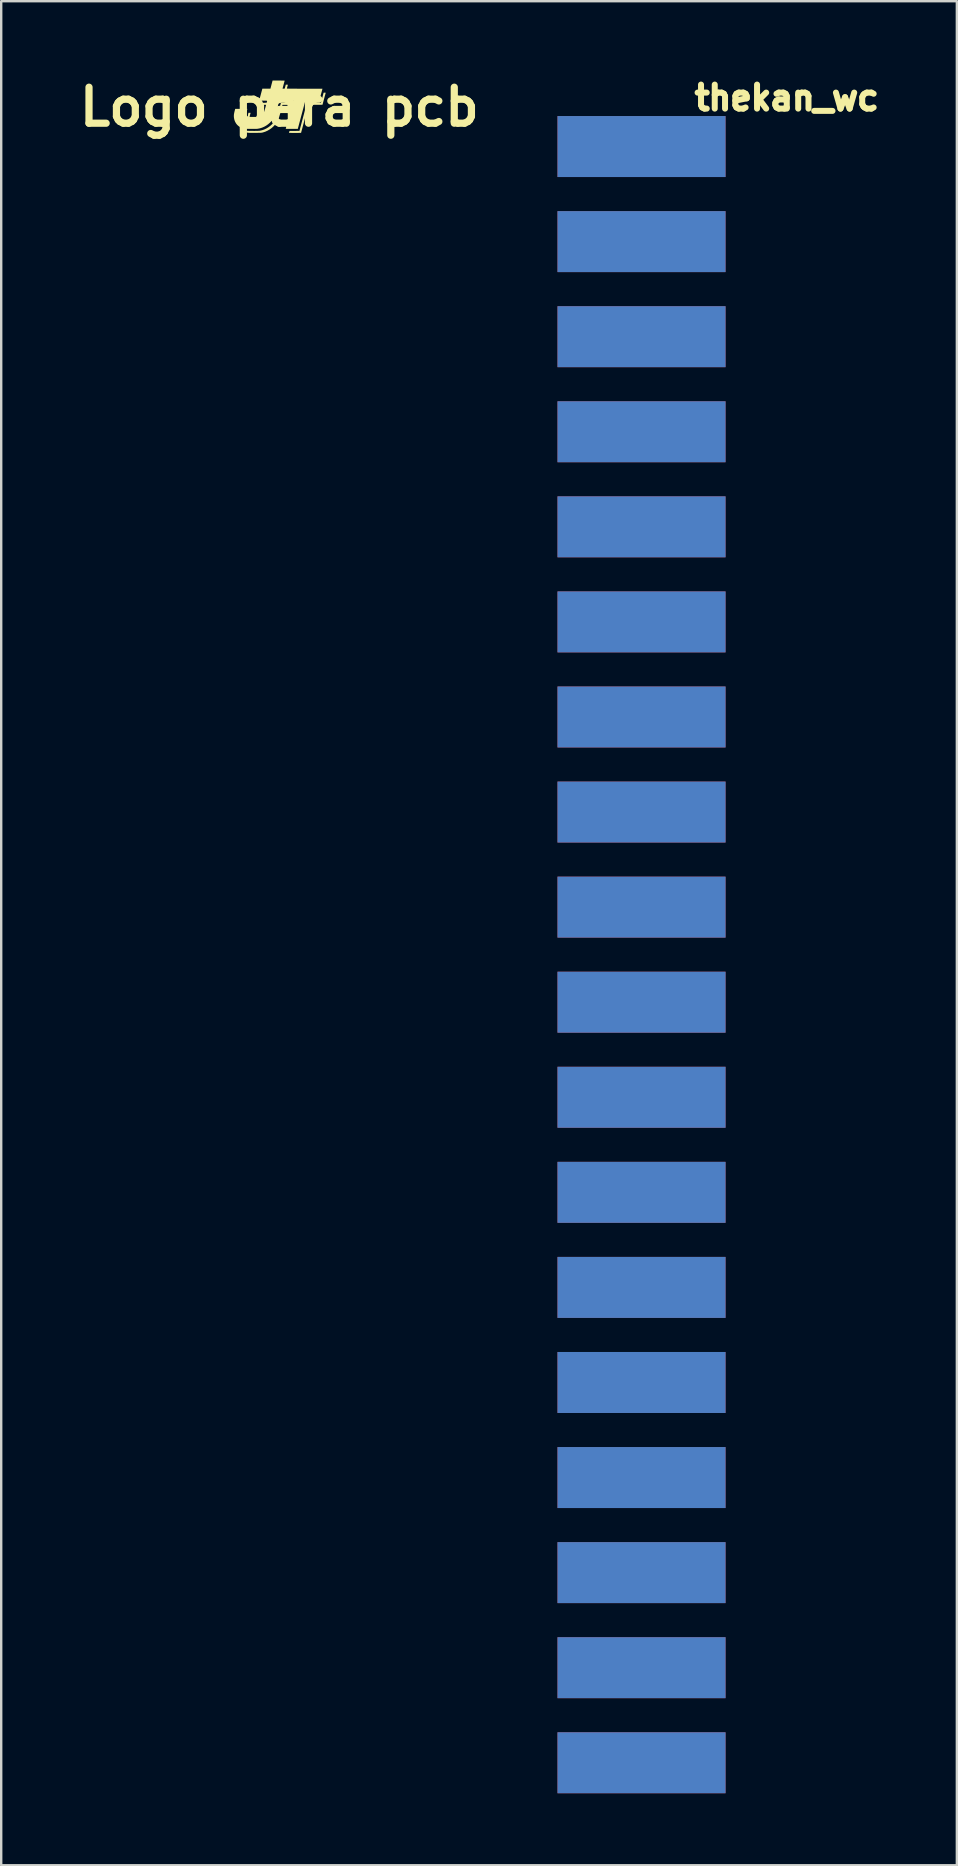
<source format=kicad_pcb>
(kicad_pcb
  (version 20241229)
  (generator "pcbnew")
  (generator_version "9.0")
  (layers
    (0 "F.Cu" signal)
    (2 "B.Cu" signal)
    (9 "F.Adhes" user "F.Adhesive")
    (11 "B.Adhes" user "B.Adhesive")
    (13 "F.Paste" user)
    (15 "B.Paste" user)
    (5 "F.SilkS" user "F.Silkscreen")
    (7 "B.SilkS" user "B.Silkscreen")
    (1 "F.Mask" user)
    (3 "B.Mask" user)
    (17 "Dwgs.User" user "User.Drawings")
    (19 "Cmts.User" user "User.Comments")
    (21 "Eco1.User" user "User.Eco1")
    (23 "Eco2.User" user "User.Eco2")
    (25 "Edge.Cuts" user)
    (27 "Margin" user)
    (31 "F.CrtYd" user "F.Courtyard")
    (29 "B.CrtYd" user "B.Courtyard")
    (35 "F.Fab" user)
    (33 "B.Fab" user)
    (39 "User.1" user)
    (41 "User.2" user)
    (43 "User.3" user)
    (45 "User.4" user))
  (footprint "thekan_wc"
    (layer "F.Cu")
    (at 23.721 25.524)
    (property "Reference" "thekan_wc" (at 6 -24.5 0) (layer "F.SilkS") (effects (font (size 1 1) (thickness 0.25))))
    (attr through_hole)
    (pad "1" connect rect (at -0.05 44.85 90) (size 2.54 7) (layers "B.Cu" "B.Mask"))
    (pad "2" connect rect (at -0.05 40.89 90) (size 2.54 7) (layers "B.Cu" "B.Mask"))
    (pad "3" connect rect (at -0.05 36.93 90) (size 2.54 7) (layers "B.Cu" "B.Mask"))
    (pad "4" connect rect (at -0.05 32.97 90) (size 2.54 7) (layers "B.Cu" "B.Mask"))
    (pad "5" connect rect (at -0.05 29.01 90) (size 2.54 7) (layers "B.Cu" "B.Mask"))
    (pad "6" connect rect (at -0.05 25.05 90) (size 2.54 7) (layers "B.Cu" "B.Mask"))
    (pad "7" connect rect (at -0.05 21.09 90) (size 2.54 7) (layers "B.Cu" "B.Mask"))
    (pad "8" connect rect (at -0.05 17.13 90) (size 2.54 7) (layers "B.Cu" "B.Mask"))
    (pad "9" connect rect (at -0.05 13.17 90) (size 2.54 7) (layers "B.Cu" "B.Mask"))
    (pad "10" connect rect (at -0.05 9.21 90) (size 2.54 7) (layers "B.Cu" "B.Mask"))
    (pad "11" connect rect (at -0.05 5.25 90) (size 2.54 7) (layers "B.Cu" "B.Mask"))
    (pad "12" connect rect (at -0.05 1.29 90) (size 2.54 7) (layers "B.Cu" "B.Mask"))
    (pad "13" connect rect (at -0.05 -2.67 90) (size 2.54 7) (layers "B.Cu" "B.Mask"))
    (pad "14" connect rect (at -0.05 -6.63 90) (size 2.54 7) (layers "B.Cu" "B.Mask"))
    (pad "15" connect rect (at -0.05 -10.59 90) (size 2.54 7) (layers "B.Cu" "B.Mask"))
    (pad "16" connect rect (at -0.05 -14.55 90) (size 2.54 7) (layers "B.Cu" "B.Mask"))
    (pad "17" connect rect (at -0.05 -18.51 90) (size 2.54 7) (layers "B.Cu" "B.Mask"))
    (pad "18" connect rect (at -0.05 -22.47 90) (size 2.54 7) (layers "B.Cu" "B.Mask"))
    (pad "A1" connect rect (at -0.05 44.85 90) (size 2.54 7) (layers "F.Cu" "F.Mask"))
    (pad "A2" connect rect (at -0.05 40.89 90) (size 2.54 7) (layers "F.Cu" "F.Mask"))
    (pad "A3" connect rect (at -0.05 36.93 90) (size 2.54 7) (layers "F.Cu" "F.Mask"))
    (pad "A4" connect rect (at -0.05 32.97 90) (size 2.54 7) (layers "F.Cu" "F.Mask"))
    (pad "A5" connect rect (at -0.05 29.01 90) (size 2.54 7) (layers "F.Cu" "F.Mask"))
    (pad "A6" connect rect (at -0.05 25.05 90) (size 2.54 7) (layers "F.Cu" "F.Mask"))
    (pad "A7" connect rect (at -0.05 21.09 90) (size 2.54 7) (layers "F.Cu" "F.Mask"))
    (pad "A8" connect rect (at -0.05 17.13 90) (size 2.54 7) (layers "F.Cu" "F.Mask"))
    (pad "A9" connect rect (at -0.05 13.17 90) (size 2.54 7) (layers "F.Cu" "F.Mask"))
    (pad "A10" connect rect (at -0.05 9.21 90) (size 2.54 7) (layers "F.Cu" "F.Mask"))
    (pad "A11" connect rect (at -0.05 5.25 90) (size 2.54 7) (layers "F.Cu" "F.Mask"))
    (pad "A12" connect rect (at -0.05 1.29 90) (size 2.54 7) (layers "F.Cu" "F.Mask"))
    (pad "A13" connect rect (at -0.05 -2.67 90) (size 2.54 7) (layers "F.Cu" "F.Mask"))
    (pad "A14" connect rect (at -0.05 -6.63 90) (size 2.54 7) (layers "F.Cu" "F.Mask"))
    (pad "A15" connect rect (at -0.05 -10.59 90) (size 2.54 7) (layers "F.Cu" "F.Mask"))
    (pad "A16" connect rect (at -0.05 -14.55 90) (size 2.54 7) (layers "F.Cu" "F.Mask"))
    (pad "A17" connect rect (at -0.05 -18.51 90) (size 2.54 7) (layers "F.Cu" "F.Mask"))
    (pad "A18" connect rect (at -0.05 -22.47 90) (size 2.54 7) (layers "F.Cu" "F.Mask")))
  (footprint "Logo para pcb"
    (layer "F.Cu")
    (at 8.586 1.404)
    (property "Reference" "Logo para pcb" (at 0 0 0) (layer "F.SilkS") (effects (font (size 1.5 1.5) (thickness 0.3))))
    (attr board_only exclude_from_pos_files exclude_from_bom)
    (fp_poly (pts (xy 1.909 -0.593) (xy 1.922 -0.592) (xy 1.928 -0.59) (xy 1.929 -0.586) (xy 1.929 -0.584) (xy 1.926 -0.573) (xy 1.921 -0.554) (xy 1.913 -0.527) (xy 1.905 -0.494) (xy 1.894 -0.457) (xy 1.883 -0.415) (xy 1.872 -0.372) (xy 1.86 -0.327) (xy 1.848 -0.283) (xy 1.837 -0.24) (xy 1.826 -0.2) (xy 1.817 -0.165) (xy 1.809 -0.135) (xy 1.803 -0.112) (xy 1.799 -0.097) (xy 1.798 -0.092) (xy 1.792 -0.091) (xy 1.777 -0.091) (xy 1.752 -0.09) (xy 1.72 -0.09) (xy 1.68 -0.089) (xy 1.635 -0.089) (xy 1.584 -0.089) (xy 1.53 -0.089) (xy 1.506 -0.089) (xy 1.451 -0.089) (xy 1.398 -0.089) (xy 1.351 -0.088) (xy 1.309 -0.088) (xy 1.273 -0.088) (xy 1.245 -0.087) (xy 1.226 -0.087) (xy 1.216 -0.087) (xy 1.215 -0.086) (xy 1.214 -0.081) (xy 1.21 -0.065) (xy 1.203 -0.04) (xy 1.194 -0.007) (xy 1.183 0.035) (xy 1.17 0.084) (xy 1.155 0.139) (xy 1.139 0.2) (xy 1.121 0.266) (xy 1.102 0.337) (xy 1.082 0.412) (xy 1.062 0.49) (xy 1.06 0.497) (xy 1.039 0.575) (xy 1.019 0.649) (xy 1 0.721) (xy 0.982 0.787) (xy 0.966 0.849) (xy 0.951 0.905) (xy 0.937 0.954) (xy 0.926 0.997) (xy 0.917 1.031) (xy 0.91 1.057) (xy 0.906 1.073) (xy 0.904 1.079) (xy 0.904 1.08) (xy 0.899 1.08) (xy 0.884 1.08) (xy 0.859 1.081) (xy 0.827 1.081) (xy 0.789 1.082) (xy 0.744 1.082) (xy 0.695 1.082) (xy 0.652 1.082) (xy 0.6 1.082) (xy 0.552 1.082) (xy 0.509 1.082) (xy 0.471 1.081) (xy 0.44 1.081) (xy 0.417 1.081) (xy 0.403 1.08) (xy 0.399 1.08) (xy 0.401 1.074) (xy 0.405 1.062) (xy 0.405 1.062) (xy 0.41 1.046) (xy 0.415 1.027) (xy 0.416 1.022) (xy 0.422 0.999) (xy 0.63 0.999) (xy 0.677 0.999) (xy 0.72 0.998) (xy 0.758 0.998) (xy 0.79 0.998) (xy 0.815 0.997) (xy 0.831 0.996) (xy 0.838 0.996) (xy 0.838 0.996) (xy 0.839 0.99) (xy 0.843 0.975) (xy 0.85 0.95) (xy 0.858 0.918) (xy 0.869 0.878) (xy 0.881 0.831) (xy 0.895 0.779) (xy 0.91 0.723) (xy 0.926 0.662) (xy 0.943 0.598) (xy 0.961 0.532) (xy 0.979 0.465) (xy 0.997 0.397) (xy 1.015 0.33) (xy 1.033 0.264) (xy 1.05 0.2) (xy 1.066 0.138) (xy 1.082 0.081) (xy 1.096 0.028) (xy 1.109 -0.019) (xy 1.12 -0.06) (xy 1.129 -0.094) (xy 1.136 -0.12) (xy 1.14 -0.137) (xy 1.141 -0.14) (xy 1.15 -0.172) (xy 1.44 -0.172) (xy 1.731 -0.172) (xy 1.736 -0.193) (xy 1.739 -0.203) (xy 1.744 -0.222) (xy 1.751 -0.25) (xy 1.761 -0.284) (xy 1.771 -0.323) (xy 1.782 -0.366) (xy 1.792 -0.401) (xy 1.804 -0.445) (xy 1.814 -0.485) (xy 1.824 -0.52) (xy 1.832 -0.55) (xy 1.837 -0.572) (xy 1.841 -0.586) (xy 1.842 -0.591) (xy 1.847 -0.592) (xy 1.861 -0.593) (xy 1.88 -0.594) (xy 1.887 -0.594)) (stroke (width 0) (type solid)) (fill yes) (layer "F.SilkS"))
    (fp_poly (pts (xy 0.032 -1.099) (xy 0.083 -1.098) (xy 0.125 -1.098) (xy 0.158 -1.097) (xy 0.183 -1.097) (xy 0.201 -1.096) (xy 0.213 -1.095) (xy 0.219 -1.093) (xy 0.22 -1.092) (xy 0.22 -1.092) (xy 0.218 -1.084) (xy 0.214 -1.068) (xy 0.207 -1.045) (xy 0.199 -1.015) (xy 0.191 -0.982) (xy 0.181 -0.947) (xy 0.171 -0.91) (xy 0.162 -0.874) (xy 0.153 -0.841) (xy 0.145 -0.812) (xy 0.139 -0.788) (xy 0.135 -0.771) (xy 0.133 -0.764) (xy 0.133 -0.763) (xy 0.138 -0.762) (xy 0.152 -0.761) (xy 0.171 -0.761) (xy 0.178 -0.761) (xy 0.224 -0.763) (xy 0.233 -0.799) (xy 0.24 -0.823) (xy 0.247 -0.851) (xy 0.255 -0.879) (xy 0.255 -0.881) (xy 0.268 -0.927) (xy 0.312 -0.927) (xy 0.334 -0.926) (xy 0.347 -0.925) (xy 0.352 -0.923) (xy 0.353 -0.919) (xy 0.353 -0.917) (xy 0.35 -0.908) (xy 0.346 -0.891) (xy 0.34 -0.868) (xy 0.333 -0.841) (xy 0.333 -0.841) (xy 0.326 -0.815) (xy 0.319 -0.792) (xy 0.315 -0.776) (xy 0.312 -0.767) (xy 0.312 -0.767) (xy 0.314 -0.766) (xy 0.319 -0.765) (xy 0.328 -0.764) (xy 0.343 -0.764) (xy 0.362 -0.763) (xy 0.388 -0.762) (xy 0.42 -0.762) (xy 0.458 -0.761) (xy 0.504 -0.761) (xy 0.558 -0.76) (xy 0.62 -0.76) (xy 0.69 -0.76) (xy 0.77 -0.759) (xy 0.859 -0.759) (xy 0.959 -0.759) (xy 1.052 -0.759) (xy 1.795 -0.757) (xy 1.729 -0.509) (xy 1.663 -0.261) (xy 1.373 -0.261) (xy 1.306 -0.261) (xy 1.249 -0.261) (xy 1.202 -0.26) (xy 1.164 -0.26) (xy 1.134 -0.259) (xy 1.112 -0.258) (xy 1.096 -0.257) (xy 1.086 -0.256) (xy 1.081 -0.255) (xy 1.081 -0.254) (xy 1.079 -0.248) (xy 1.075 -0.231) (xy 1.068 -0.206) (xy 1.058 -0.172) (xy 1.047 -0.13) (xy 1.034 -0.08) (xy 1.019 -0.025) (xy 1.003 0.037) (xy 0.985 0.104) (xy 0.966 0.175) (xy 0.946 0.25) (xy 0.925 0.328) (xy 0.923 0.334) (xy 0.768 0.915) (xy 0.517 0.915) (xy 0.454 0.915) (xy 0.401 0.915) (xy 0.358 0.915) (xy 0.324 0.914) (xy 0.298 0.913) (xy 0.281 0.912) (xy 0.27 0.911) (xy 0.266 0.909) (xy 0.266 0.909) (xy 0.268 0.903) (xy 0.272 0.887) (xy 0.278 0.863) (xy 0.287 0.83) (xy 0.297 0.79) (xy 0.309 0.744) (xy 0.323 0.693) (xy 0.338 0.638) (xy 0.353 0.579) (xy 0.37 0.518) (xy 0.386 0.456) (xy 0.403 0.392) (xy 0.42 0.329) (xy 0.437 0.268) (xy 0.453 0.208) (xy 0.468 0.152) (xy 0.482 0.099) (xy 0.495 0.051) (xy 0.506 0.01) (xy 0.516 -0.025) (xy 0.523 -0.053) (xy 0.528 -0.072) (xy 0.531 -0.081) (xy 0.531 -0.082) (xy 0.53 -0.084) (xy 0.524 -0.085) (xy 0.512 -0.086) (xy 0.493 -0.087) (xy 0.467 -0.088) (xy 0.433 -0.088) (xy 0.389 -0.088) (xy 0.336 -0.087) (xy 0.332 -0.087) (xy 0.13 -0.086) (xy 0.058 0.183) (xy 0.043 0.238) (xy 0.029 0.29) (xy 0.015 0.34) (xy 0.002 0.385) (xy -0.009 0.424) (xy -0.019 0.456) (xy -0.027 0.481) (xy -0.032 0.496) (xy -0.032 0.497) (xy -0.074 0.586) (xy -0.126 0.67) (xy -0.186 0.748) (xy -0.254 0.82) (xy -0.329 0.885) (xy -0.41 0.942) (xy -0.497 0.991) (xy -0.588 1.032) (xy -0.684 1.062) (xy -0.71 1.069) (xy -0.721 1.071) (xy -0.734 1.073) (xy -0.749 1.074) (xy -0.768 1.076) (xy -0.792 1.077) (xy -0.822 1.078) (xy -0.858 1.078) (xy -0.902 1.079) (xy -0.956 1.079) (xy -1.015 1.08) (xy -1.082 1.08) (xy -1.138 1.08) (xy -1.186 1.08) (xy -1.224 1.08) (xy -1.256 1.079) (xy -1.28 1.078) (xy -1.3 1.076) (xy -1.314 1.075) (xy -1.319 1.074) (xy -1.391 1.056) (xy -1.461 1.029) (xy -1.513 1.002) (xy -1.536 0.986) (xy -1.563 0.965) (xy -1.592 0.94) (xy -1.619 0.914) (xy -1.641 0.89) (xy -1.649 0.88) (xy -1.667 0.857) (xy -1.642 0.877) (xy -1.59 0.913) (xy -1.531 0.945) (xy -1.466 0.971) (xy -1.419 0.986) (xy -1.403 0.989) (xy -1.378 0.991) (xy -1.344 0.993) (xy -1.303 0.995) (xy -1.257 0.996) (xy -1.207 0.997) (xy -1.154 0.998) (xy -1.1 0.998) (xy -1.047 0.999) (xy -0.995 0.998) (xy -0.946 0.997) (xy -0.902 0.996) (xy -0.863 0.995) (xy -0.832 0.993) (xy -0.81 0.991) (xy -0.807 0.99) (xy -0.717 0.97) (xy -0.628 0.939) (xy -0.542 0.898) (xy -0.46 0.849) (xy -0.382 0.791) (xy -0.31 0.726) (xy -0.244 0.655) (xy -0.186 0.577) (xy -0.137 0.494) (xy -0.128 0.477) (xy -0.119 0.46) (xy -0.111 0.443) (xy -0.104 0.426) (xy -0.097 0.409) (xy -0.09 0.39) (xy -0.082 0.368) (xy -0.074 0.341) (xy -0.065 0.31) (xy -0.054 0.272) (xy -0.042 0.227) (xy -0.028 0.174) (xy -0.011 0.111) (xy -0.006 0.093) (xy 0.065 -0.169) (xy 0.309 -0.171) (xy 0.554 -0.172) (xy 0.562 -0.201) (xy 0.568 -0.221) (xy 0.573 -0.239) (xy 0.574 -0.246) (xy 0.578 -0.261) (xy 0.289 -0.261) (xy 0.233 -0.261) (xy 0.181 -0.26) (xy 0.133 -0.26) (xy 0.091 -0.259) (xy 0.055 -0.259) (xy 0.027 -0.258) (xy 0.008 -0.257) (xy -0.002 -0.256) (xy -0.002 -0.256) (xy -0.004 -0.25) (xy -0.009 -0.234) (xy -0.016 -0.209) (xy -0.025 -0.177) (xy -0.035 -0.139) (xy -0.047 -0.095) (xy -0.06 -0.047) (xy -0.074 0.005) (xy -0.075 0.009) (xy -0.093 0.075) (xy -0.108 0.131) (xy -0.121 0.179) (xy -0.132 0.22) (xy -0.142 0.253) (xy -0.151 0.282) (xy -0.159 0.306) (xy -0.167 0.327) (xy -0.175 0.346) (xy -0.183 0.364) (xy -0.191 0.382) (xy -0.198 0.396) (xy -0.233 0.459) (xy -0.271 0.518) (xy -0.315 0.574) (xy -0.367 0.63) (xy -0.395 0.658) (xy -0.468 0.721) (xy -0.547 0.777) (xy -0.63 0.824) (xy -0.717 0.862) (xy -0.805 0.89) (xy -0.895 0.908) (xy -0.91 0.91) (xy -0.933 0.912) (xy -0.968 0.913) (xy -1.013 0.914) (xy -1.07 0.915) (xy -1.137 0.915) (xy -1.204 0.914) (xy -1.262 0.914) (xy -1.311 0.913) (xy -1.351 0.912) (xy -1.383 0.912) (xy -1.408 0.911) (xy -1.429 0.91) (xy -1.445 0.908) (xy -1.459 0.907) (xy -1.471 0.905) (xy -1.482 0.902) (xy -1.492 0.899) (xy -1.57 0.873) (xy -1.639 0.839) (xy -1.701 0.797) (xy -1.755 0.748) (xy -1.801 0.691) (xy -1.839 0.626) (xy -1.845 0.613) (xy -1.867 0.557) (xy -1.883 0.496) (xy -1.893 0.432) (xy -1.895 0.396) (xy -1.895 0.36) (xy -1.893 0.322) (xy -1.887 0.281) (xy -1.878 0.236) (xy -1.866 0.183) (xy -1.85 0.123) (xy -1.843 0.097) (xy -1.838 0.08) (xy -1.585 0.079) (xy -1.524 0.079) (xy -1.472 0.079) (xy -1.43 0.079) (xy -1.397 0.079) (xy -1.372 0.08) (xy -1.354 0.08) (xy -1.342 0.081) (xy -1.336 0.083) (xy -1.334 0.084) (xy -1.334 0.085) (xy -1.337 0.092) (xy -1.341 0.108) (xy -1.347 0.131) (xy -1.355 0.158) (xy -1.357 0.166) (xy -1.369 0.215) (xy -1.375 0.255) (xy -1.376 0.289) (xy -1.372 0.317) (xy -1.362 0.342) (xy -1.357 0.352) (xy -1.344 0.369) (xy -1.33 0.383) (xy -1.323 0.389) (xy -1.305 0.4) (xy -1.308 0.373) (xy -1.308 0.347) (xy -1.304 0.316) (xy -1.296 0.278) (xy -1.292 0.265) (xy -1.287 0.244) (xy -1.242 0.244) (xy -1.22 0.244) (xy -1.207 0.245) (xy -1.201 0.248) (xy -1.2 0.252) (xy -1.2 0.254) (xy -1.203 0.263) (xy -1.207 0.28) (xy -1.214 0.303) (xy -1.22 0.329) (xy -1.221 0.33) (xy -1.228 0.357) (xy -1.234 0.38) (xy -1.238 0.397) (xy -1.241 0.406) (xy -1.241 0.406) (xy -1.241 0.409) (xy -1.239 0.411) (xy -1.234 0.413) (xy -1.225 0.414) (xy -1.21 0.415) (xy -1.188 0.416) (xy -1.159 0.416) (xy -1.121 0.416) (xy -1.074 0.416) (xy -1.07 0.416) (xy -1.015 0.416) (xy -0.971 0.416) (xy -0.935 0.415) (xy -0.905 0.413) (xy -0.881 0.41) (xy -0.86 0.407) (xy -0.842 0.402) (xy -0.825 0.395) (xy -0.808 0.387) (xy -0.791 0.379) (xy -0.754 0.355) (xy -0.715 0.322) (xy -0.71 0.316) (xy -0.691 0.297) (xy -0.675 0.278) (xy -0.662 0.258) (xy -0.649 0.235) (xy -0.638 0.209) (xy -0.626 0.177) (xy -0.614 0.138) (xy -0.601 0.09) (xy -0.591 0.055) (xy -0.581 0.018) (xy -0.572 -0.016) (xy -0.565 -0.044) (xy -0.559 -0.066) (xy -0.556 -0.081) (xy -0.555 -0.085) (xy -0.56 -0.086) (xy -0.574 -0.088) (xy -0.596 -0.088) (xy -0.622 -0.089) (xy -0.63 -0.089) (xy -0.706 -0.089) (xy -0.703 -0.101) (xy -0.7 -0.114) (xy -0.695 -0.132) (xy -0.693 -0.143) (xy -0.686 -0.172) (xy -0.608 -0.173) (xy -0.53 -0.175) (xy -0.521 -0.208) (xy -0.516 -0.223) (xy -0.513 -0.235) (xy -0.511 -0.244) (xy -0.513 -0.251) (xy -0.519 -0.255) (xy -0.531 -0.258) (xy -0.548 -0.26) (xy -0.573 -0.261) (xy -0.606 -0.262) (xy -0.649 -0.262) (xy -0.676 -0.262) (xy -0.842 -0.264) (xy -0.813 -0.372) (xy -0.803 -0.41) (xy -0.79 -0.455) (xy -0.777 -0.504) (xy -0.764 -0.554) (xy -0.751 -0.602) (xy -0.746 -0.62) (xy -0.708 -0.76) (xy -0.54 -0.76) (xy -0.498 -0.76) (xy -0.46 -0.76) (xy -0.427 -0.761) (xy -0.401 -0.761) (xy -0.382 -0.762) (xy -0.373 -0.762) (xy -0.372 -0.762) (xy -0.37 -0.768) (xy -0.366 -0.783) (xy -0.36 -0.806) (xy -0.353 -0.836) (xy -0.343 -0.87) (xy -0.333 -0.909) (xy -0.333 -0.911) (xy -0.322 -0.951) (xy -0.312 -0.988) (xy -0.303 -1.021) (xy -0.296 -1.048) (xy -0.291 -1.067) (xy -0.288 -1.078) (xy -0.283 -1.099) (xy -0.03 -1.099)) (stroke (width 0) (type solid)) (fill yes) (layer "F.SilkS")))
  (gr_rect
    (start -3 -3)
    (end 36.806 74.644)
    (stroke (width 0.1) (type default))
    (fill no)
    (layer "Edge.Cuts")))
</source>
